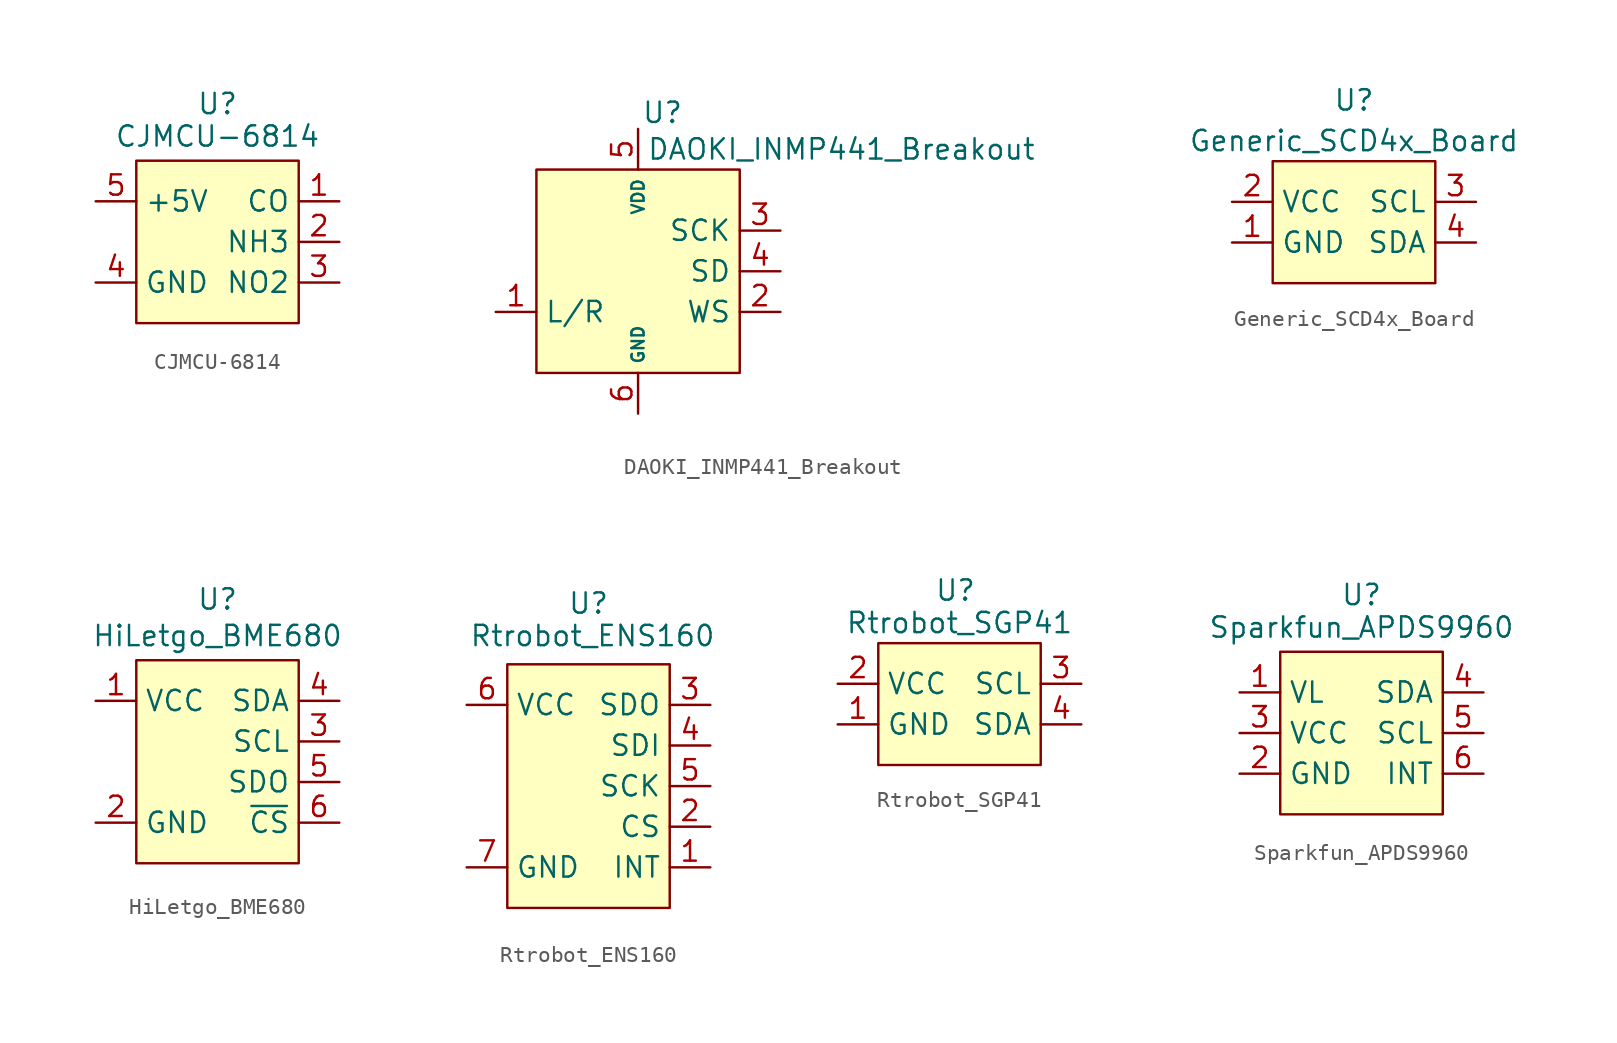
<source format=kicad_sym>
(kicad_symbol_lib
  (version 20241209)
  (generator "kicad_symbol_editor")
  (generator_version "9.0")
  (symbol "CJMCU-6814"
    (property "Reference" "U"
      (at 0 6.096 0)
      (effects (font (size 1.27 1.27))))
    (property "Value" "CJMCU-6814"
      (at 0 4.064 0)
      (effects (font (size 1.27 1.27))))
    (symbol "CJMCU-6814_1_1"
      (rectangle (start -5.08 2.54) (end 5.08 -7.62) (stroke (width 0) (type default)) (fill (type background)))
      (pin power_in line (at -7.62 0 0) (length 2.54) (name "+5V" (effects (font (size 1.27 1.27)))) (number "5" (effects (font (size 1.27 1.27)))))
      (pin power_in line (at -7.62 -5.08 0) (length 2.54) (name "GND" (effects (font (size 1.27 1.27)))) (number "4" (effects (font (size 1.27 1.27)))))
      (pin passive line (at 7.62 0 180) (length 2.54) (name "CO" (effects (font (size 1.27 1.27)))) (number "1" (effects (font (size 1.27 1.27)))))
      (pin passive line (at 7.62 -2.54 180) (length 2.54) (name "NH3" (effects (font (size 1.27 1.27)))) (number "2" (effects (font (size 1.27 1.27)))))
      (pin passive line (at 7.62 -5.08 180) (length 2.54) (name "NO2" (effects (font (size 1.27 1.27)))) (number "3" (effects (font (size 1.27 1.27)))))))
  (symbol "DAOKI_INMP441_Breakout"
    (property "Reference" "U"
      (at 1.524 9.906 0)
      (effects (font (size 1.27 1.27))))
    (property "Value" "DAOKI_INMP441_Breakout"
      (at 12.7 7.62 0)
      (effects (font (size 1.27 1.27))))
    (symbol "DAOKI_INMP441_Breakout_1_1"
      (rectangle (start -6.35 6.35) (end 6.35 -6.35) (stroke (width 0) (type solid)) (fill (type background)))
      (pin passive line (at -8.89 -2.54 0) (length 2.54) (name "L/R" (effects (font (size 1.27 1.27)))) (number "1" (effects (font (size 1.27 1.27)))))
      (pin power_in line (at 0 8.89 270) (length 2.54) (name "VDD" (effects (font (size 0.762 0.762)))) (number "5" (effects (font (size 1.27 1.27)))))
      (pin power_in line (at 0 -8.89 90) (length 2.54) (name "GND" (effects (font (size 0.762 0.762)))) (number "6" (effects (font (size 1.27 1.27)))))
      (pin input line (at 8.89 2.54 180) (length 2.54) (name "SCK" (effects (font (size 1.27 1.27)))) (number "3" (effects (font (size 1.27 1.27)))))
      (pin bidirectional line (at 8.89 0 180) (length 2.54) (name "SD" (effects (font (size 1.27 1.27)))) (number "4" (effects (font (size 1.27 1.27)))))
      (pin input line (at 8.89 -2.54 180) (length 2.54) (name "WS" (effects (font (size 1.27 1.27)))) (number "2" (effects (font (size 1.27 1.27)))))))
  (symbol "Generic_SCD4x_Board"
    (property "Reference" "U"
      (at 0 6.35 0)
      (effects (font (size 1.27 1.27))))
    (property "Value" "Generic_SCD4x_Board"
      (at 0 3.81 0)
      (effects (font (size 1.27 1.27))))
    (symbol "Generic_SCD4x_Board_1_1"
      (rectangle (start -5.08 2.54) (end 5.08 -5.08) (stroke (width 0) (type default)) (fill (type background)))
      (pin power_in line (at -7.62 0 0) (length 2.54) (name "VCC" (effects (font (size 1.27 1.27)))) (number "2" (effects (font (size 1.27 1.27)))))
      (pin power_in line (at -7.62 -2.54 0) (length 2.54) (name "GND" (effects (font (size 1.27 1.27)))) (number "1" (effects (font (size 1.27 1.27)))))
      (pin input line (at 7.62 0 180) (length 2.54) (name "SCL" (effects (font (size 1.27 1.27)))) (number "3" (effects (font (size 1.27 1.27)))))
      (pin bidirectional line (at 7.62 -2.54 180) (length 2.54) (name "SDA" (effects (font (size 1.27 1.27)))) (number "4" (effects (font (size 1.27 1.27)))))))
  (symbol "HiLetgo_BME680"
    (property "Reference" "U"
      (at 0 10.16 0)
      (effects (font (size 1.27 1.27))))
    (property "Value" "HiLetgo_BME680"
      (at 0 7.874 0)
      (effects (font (size 1.27 1.27))))
    (symbol "HiLetgo_BME680_1_1"
      (rectangle (start -5.08 6.35) (end 5.08 -6.35) (stroke (width 0) (type default)) (fill (type background)))
      (pin power_in line (at -7.62 3.81 0) (length 2.54) (name "VCC" (effects (font (size 1.27 1.27)))) (number "1" (effects (font (size 1.27 1.27)))))
      (pin power_in line (at -7.62 -3.81 0) (length 2.54) (name "GND" (effects (font (size 1.27 1.27)))) (number "2" (effects (font (size 1.27 1.27)))))
      (pin bidirectional line (at 7.62 3.81 180) (length 2.54) (name "SDA" (effects (font (size 1.27 1.27)))) (number "4" (effects (font (size 1.27 1.27)))))
      (pin input line (at 7.62 1.27 180) (length 2.54) (name "SCL" (effects (font (size 1.27 1.27)))) (number "3" (effects (font (size 1.27 1.27)))))
      (pin passive line (at 7.62 -1.27 180) (length 2.54) (name "SDO" (effects (font (size 1.27 1.27)))) (number "5" (effects (font (size 1.27 1.27)))))
      (pin input line (at 7.62 -3.81 180) (length 2.54) (name "~{CS}" (effects (font (size 1.27 1.27)))) (number "6" (effects (font (size 1.27 1.27)))))))
  (symbol "Rtrobot_ENS160"
    (property "Reference" "U"
      (at 0 5.08 0)
      (effects (font (size 1.27 1.27))))
    (property "Value" "Rtrobot_ENS160"
      (at 0.254 3.048 0)
      (effects (font (size 1.27 1.27))))
    (symbol "Rtrobot_ENS160_1_1"
      (rectangle (start -5.08 1.27) (end 5.08 -13.97) (stroke (width 0) (type default)) (fill (type background)))
      (pin power_in line (at -7.62 -1.27 0) (length 2.54) (name "VCC" (effects (font (size 1.27 1.27)))) (number "6" (effects (font (size 1.27 1.27)))))
      (pin power_in line (at -7.62 -11.43 0) (length 2.54) (name "GND" (effects (font (size 1.27 1.27)))) (number "7" (effects (font (size 1.27 1.27)))))
      (pin output line (at 7.62 -1.27 180) (length 2.54) (name "SDO" (effects (font (size 1.27 1.27)))) (number "3" (effects (font (size 1.27 1.27)))))
      (pin input line (at 7.62 -3.81 180) (length 2.54) (name "SDI" (effects (font (size 1.27 1.27)))) (number "4" (effects (font (size 1.27 1.27)))))
      (pin input line (at 7.62 -6.35 180) (length 2.54) (name "SCK" (effects (font (size 1.27 1.27)))) (number "5" (effects (font (size 1.27 1.27)))))
      (pin input line (at 7.62 -8.89 180) (length 2.54) (name "CS" (effects (font (size 1.27 1.27)))) (number "2" (effects (font (size 1.27 1.27)))))
      (pin output line (at 7.62 -11.43 180) (length 2.54) (name "INT" (effects (font (size 1.27 1.27)))) (number "1" (effects (font (size 1.27 1.27)))))))
  (symbol "Rtrobot_SGP41"
    (property "Reference" "U"
      (at -0.254 7.112 0)
      (effects (font (size 1.27 1.27))))
    (property "Value" "Rtrobot_SGP41"
      (at 0 5.08 0)
      (effects (font (size 1.27 1.27))))
    (symbol "Rtrobot_SGP41_1_1"
      (rectangle (start -5.08 3.81) (end 5.08 -3.81) (stroke (width 0) (type default)) (fill (type background)))
      (pin power_in line (at -7.62 1.27 0) (length 2.54) (name "VCC" (effects (font (size 1.27 1.27)))) (number "2" (effects (font (size 1.27 1.27)))))
      (pin power_in line (at -7.62 -1.27 0) (length 2.54) (name "GND" (effects (font (size 1.27 1.27)))) (number "1" (effects (font (size 1.27 1.27)))))
      (pin input line (at 7.62 1.27 180) (length 2.54) (name "SCL" (effects (font (size 1.27 1.27)))) (number "3" (effects (font (size 1.27 1.27)))))
      (pin bidirectional line (at 7.62 -1.27 180) (length 2.54) (name "SDA" (effects (font (size 1.27 1.27)))) (number "4" (effects (font (size 1.27 1.27)))))))
  (symbol "Sparkfun_APDS9960"
    (property "Reference" "U"
      (at 0 6.096 0)
      (effects (font (size 1.27 1.27))))
    (property "Value" "Sparkfun_APDS9960"
      (at 0 4.064 0)
      (effects (font (size 1.27 1.27))))
    (symbol "Sparkfun_APDS9960_1_1"
      (rectangle (start -5.08 2.54) (end 5.08 -7.62) (stroke (width 0) (type default)) (fill (type background)))
      (pin power_in line (at -7.62 0 0) (length 2.54) (name "VL" (effects (font (size 1.27 1.27)))) (number "1" (effects (font (size 1.27 1.27)))))
      (pin power_in line (at -7.62 -2.54 0) (length 2.54) (name "VCC" (effects (font (size 1.27 1.27)))) (number "3" (effects (font (size 1.27 1.27)))))
      (pin power_in line (at -7.62 -5.08 0) (length 2.54) (name "GND" (effects (font (size 1.27 1.27)))) (number "2" (effects (font (size 1.27 1.27)))))
      (pin bidirectional line (at 7.62 0 180) (length 2.54) (name "SDA" (effects (font (size 1.27 1.27)))) (number "4" (effects (font (size 1.27 1.27)))))
      (pin input line (at 7.62 -2.54 180) (length 2.54) (name "SCL" (effects (font (size 1.27 1.27)))) (number "5" (effects (font (size 1.27 1.27)))))
      (pin open_collector line (at 7.62 -5.08 180) (length 2.54) (name "INT" (effects (font (size 1.27 1.27)))) (number "6" (effects (font (size 1.27 1.27))))))))
</source>
